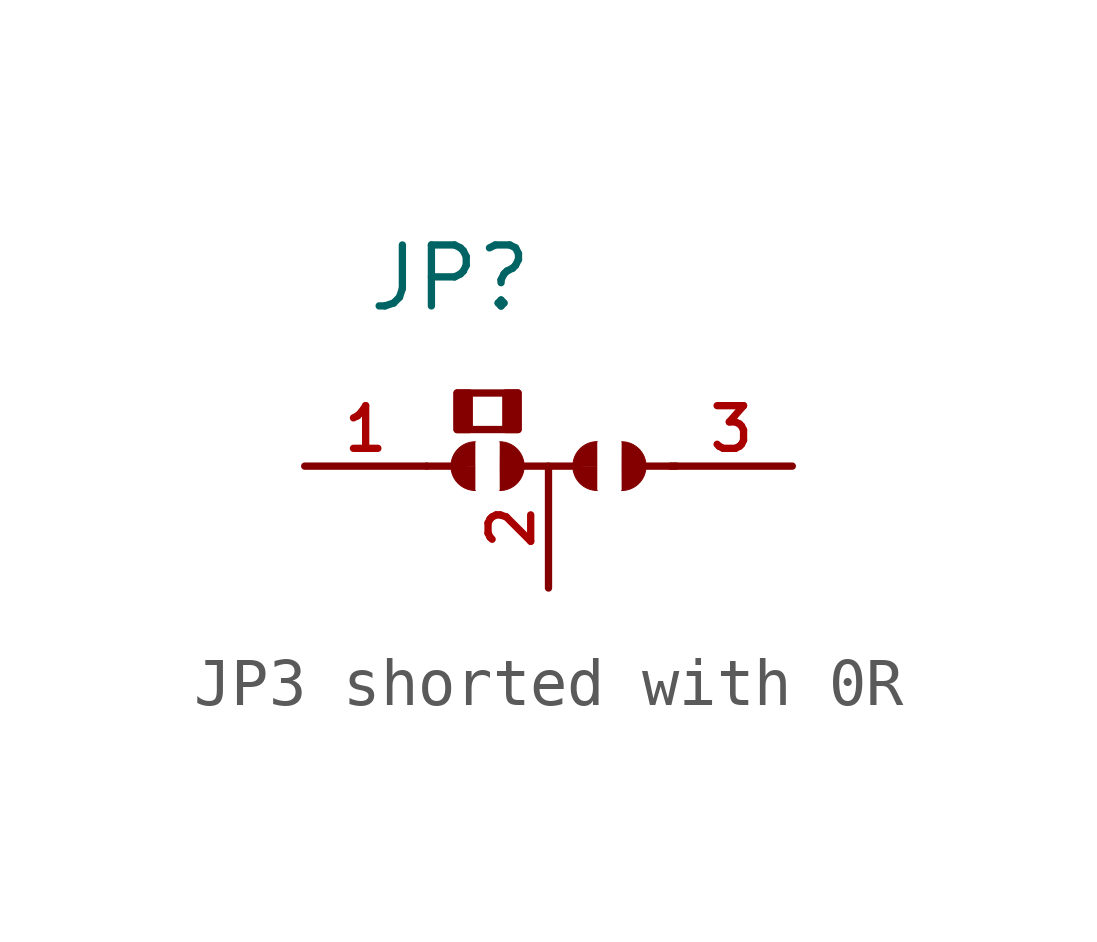
<source format=kicad_sym>
(kicad_symbol_lib
  (version 20220914)
  (generator kicad_symbol_editor)
  (symbol "JP3 shorted with 0R"
    (property "Reference" "JP"
      (at -3.81 3.175 0)
      (effects (font (size 1.27 1.27)) (justify left bottom)))
    (symbol "JP3 shorted with 0R_0_1"
      (rectangle (start -0.635 1.524) (end -1.905 0.762) (stroke (width 0) (type default)) (fill (type none)))
      (polyline (pts (xy -0.635 0) (xy 0.635 0)) (stroke (width 0) (type default)) (fill (type none))))
    (symbol "JP3 shorted with 0R_1_0"
      (arc (start -2.032 0) (mid -1.8832 -0.3592) (end -1.524 -0.508) (stroke (width 0.0001) (type solid)) (fill (type outline)))
      (arc (start -1.524 0.508) (mid -1.8832 0.3592) (end -2.032 0) (stroke (width 0.0001) (type solid)) (fill (type outline)))
      (arc (start -1.016 -0.508) (mid -0.5102 0) (end -1.016 0.508) (stroke (width 0.0001) (type solid)) (fill (type outline)))
      (polyline (pts (xy -2.54 0) (xy -1.778 0)) (stroke (width 0.152) (type solid)) (fill (type none)))
      (polyline (pts (xy 1.905 0) (xy 2.667 0)) (stroke (width 0.152) (type solid)) (fill (type none)))
      (arc (start 0.508 0) (mid 0.6568 -0.3592) (end 1.016 -0.508) (stroke (width 0.0001) (type solid)) (fill (type outline)))
      (arc (start 1.016 0.508) (mid 0.6568 0.3592) (end 0.508 0) (stroke (width 0.0001) (type solid)) (fill (type outline)))
      (arc (start 1.524 -0.508) (mid 2.0298 0) (end 1.524 0.508) (stroke (width 0.0001) (type solid)) (fill (type outline)))
      (pin passive line (at -5.08 0 0) (length 2.54) (name "1" (effects (font (size 0 0)))) (number "1" (effects (font (size 0.889 0.889)))))
      (pin passive line (at 0 -2.54 90) (length 2.54) (name "2" (effects (font (size 0 0)))) (number "2" (effects (font (size 0.889 0.889)))))
      (pin passive line (at 5.08 0 180) (length 2.54) (name "3" (effects (font (size 0 0)))) (number "3" (effects (font (size 0.889 0.889))))))
    (symbol "JP3 shorted with 0R_1_1"
      (rectangle (start -1.651 1.524) (end -1.905 0.762) (stroke (width 0) (type default)) (fill (type outline)))
      (rectangle (start -0.635 1.524) (end -0.889 0.762) (stroke (width 0) (type default)) (fill (type outline))))))
</source>
